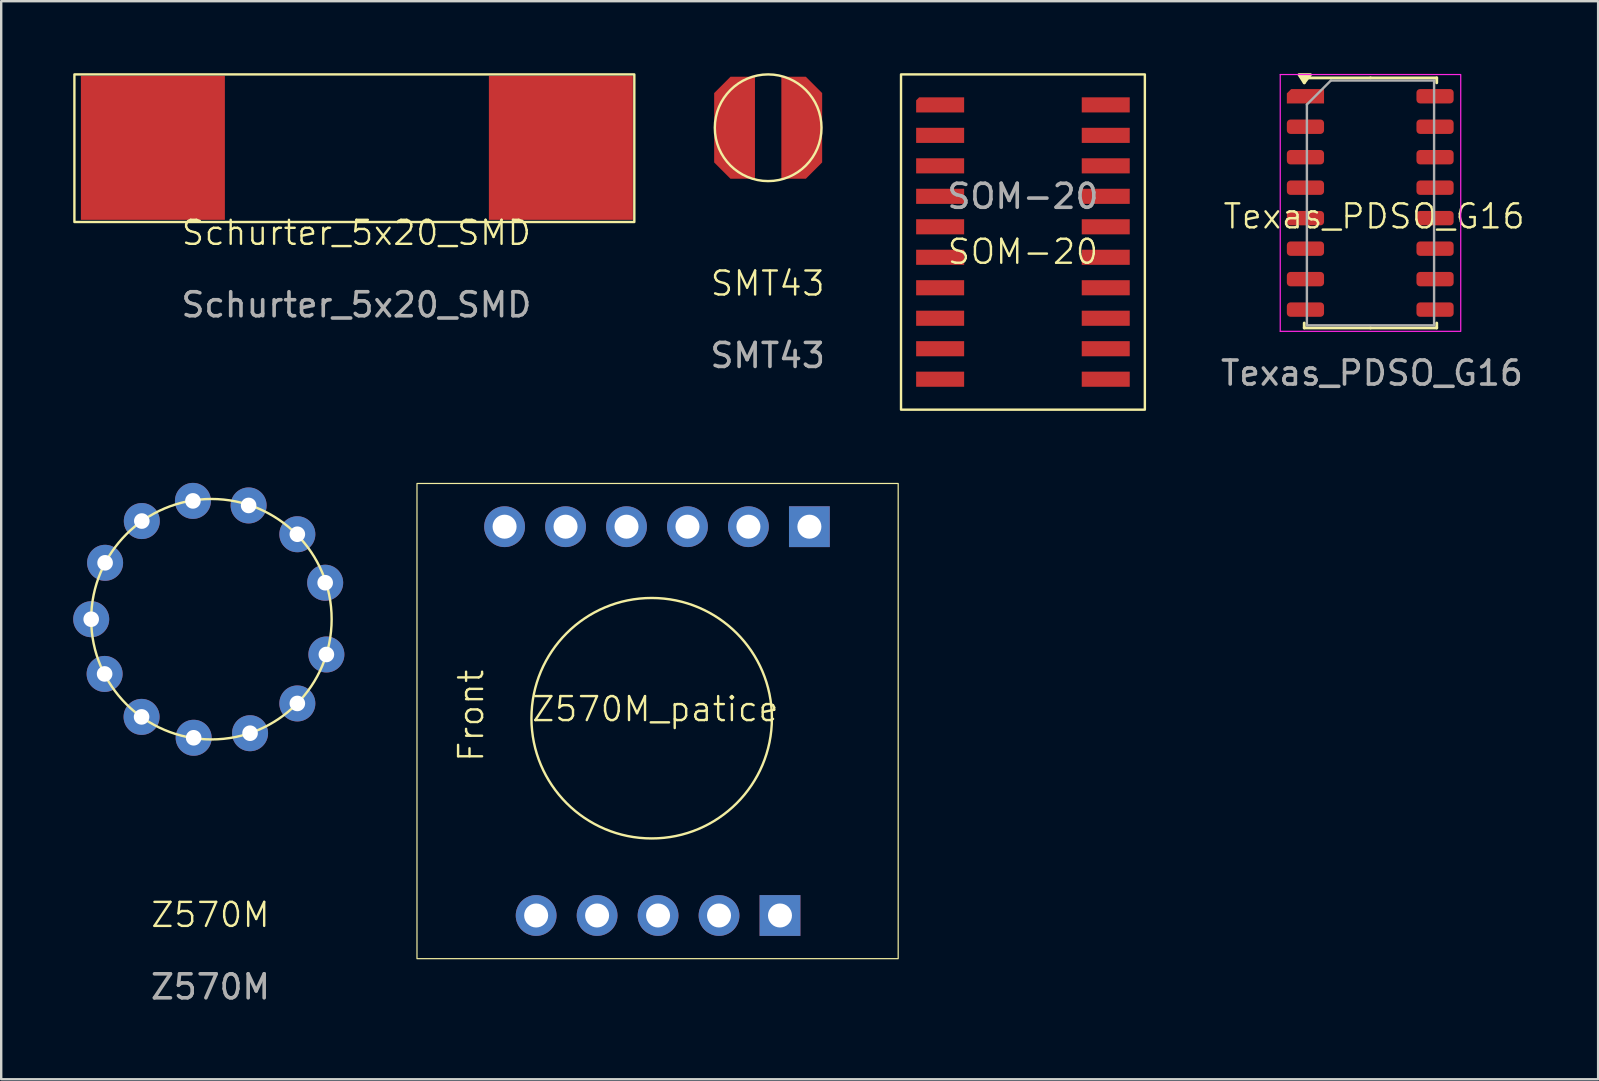
<source format=kicad_pcb>
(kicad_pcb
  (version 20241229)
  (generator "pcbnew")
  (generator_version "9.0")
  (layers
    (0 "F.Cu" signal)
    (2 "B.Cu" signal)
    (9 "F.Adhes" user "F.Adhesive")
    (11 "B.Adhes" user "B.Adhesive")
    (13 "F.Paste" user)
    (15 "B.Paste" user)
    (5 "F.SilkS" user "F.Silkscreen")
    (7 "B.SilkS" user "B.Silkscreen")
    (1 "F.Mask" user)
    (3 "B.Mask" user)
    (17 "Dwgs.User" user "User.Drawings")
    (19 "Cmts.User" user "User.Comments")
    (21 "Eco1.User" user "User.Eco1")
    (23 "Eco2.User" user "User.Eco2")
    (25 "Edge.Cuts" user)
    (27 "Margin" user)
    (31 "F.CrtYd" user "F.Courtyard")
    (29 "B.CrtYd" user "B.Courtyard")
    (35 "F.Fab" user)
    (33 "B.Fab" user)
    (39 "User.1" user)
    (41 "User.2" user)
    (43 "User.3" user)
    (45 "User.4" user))
  (footprint "Z570M"
    (layer "F.Cu")
    (at 5.759 22.75)
    (property "Reference" "Z570M" (at -0.04 12.32 0) (unlocked yes) (layer "F.SilkS") (effects (font (size 1 1) (thickness 0.1))))
    (attr through_hole)
    (fp_circle (center 0 0) (end 4.61 -1.96) (stroke (width 0.1) (type default)) (fill no) (layer "F.SilkS"))
    (fp_text user "${REFERENCE}" (at -0.04 15.32 0) (unlocked yes) (layer "F.Fab") (effects (font (size 1 1) (thickness 0.15))))
    (pad "1" thru_hole circle (at 4.74 -1.52) (size 1.5 1.5) (drill 0.65) (layers "*.Cu" "*.Mask"))
    (pad "2" thru_hole circle (at 3.58 -3.54) (size 1.5 1.5) (drill 0.65) (layers "*.Cu" "*.Mask"))
    (pad "3" thru_hole circle (at 1.55 -4.74) (size 1.5 1.5) (drill 0.65) (layers "*.Cu" "*.Mask"))
    (pad "4" thru_hole circle (at -0.77 -4.93) (size 1.5 1.5) (drill 0.65) (layers "*.Cu" "*.Mask"))
    (pad "5" thru_hole circle (at -2.9 -4.09) (size 1.5 1.5) (drill 0.65) (layers "*.Cu" "*.Mask"))
    (pad "6" thru_hole circle (at -4.43 -2.35) (size 1.5 1.5) (drill 0.65) (layers "*.Cu" "*.Mask"))
    (pad "7" thru_hole circle (at -5.009 0) (size 1.5 1.5) (drill 0.65) (layers "*.Cu" "*.Mask"))
    (pad "8" thru_hole circle (at -4.45 2.28) (size 1.5 1.5) (drill 0.65) (layers "*.Cu" "*.Mask"))
    (pad "9" thru_hole circle (at -2.91 4.07) (size 1.5 1.5) (drill 0.65) (layers "*.Cu" "*.Mask"))
    (pad "10" thru_hole circle (at -0.74 4.94) (size 1.5 1.5) (drill 0.65) (layers "*.Cu" "*.Mask"))
    (pad "11" thru_hole circle (at 1.61 4.75) (size 1.5 1.5) (drill 0.65) (layers "*.Cu" "*.Mask"))
    (pad "12" thru_hole circle (at 3.58 3.51) (size 1.5 1.5) (drill 0.65) (layers "*.Cu" "*.Mask"))
    (pad "13" thru_hole circle (at 4.79 1.47) (size 1.5 1.5) (drill 0.65) (layers "*.Cu" "*.Mask")))
  (footprint "Schurter_5x20_SMD"
    (layer "F.Cu")
    (at 11.82 3.11)
    (property "Reference" "Schurter_5x20_SMD" (at -0.02 3.54 0) (unlocked yes) (layer "F.SilkS") (effects (font (size 1 1) (thickness 0.1))))
    (attr smd)
    (fp_rect (start -11.77 -3.06) (end 11.56 3.09) (stroke (width 0.1) (type default)) (fill no) (layer "F.SilkS"))
    (fp_text user "${REFERENCE}" (at -0.02 6.54 0) (unlocked yes) (layer "F.Fab") (effects (font (size 1 1) (thickness 0.15))))
    (pad "1" smd rect (at 8.5 0) (size 6 6) (layers "F.Cu" "F.Mask" "F.Paste"))
    (pad "2" smd rect (at -8.5 0) (size 6 6) (layers "F.Cu" "F.Mask" "F.Paste")))
  (footprint "Z570M_patice"
    (layer "F.Cu")
    (at 24.344 26.895)
    (property "Reference" "Z570M_patice" (at -0.09 -0.4 0) (unlocked yes) (layer "F.SilkS") (effects (font (size 1 1) (thickness 0.1))))
    (attr through_hole)
    (fp_rect (start -10.02 -9.8) (end 10.03 10) (stroke (width 0.05) (type default)) (fill no) (layer "F.SilkS"))
    (fp_circle (center -0.241 -0.02) (end 4.369 -1.98) (stroke (width 0.1) (type default)) (fill no) (layer "F.SilkS"))
    (fp_text user "Front" (at -7.18 1.87 90) (unlocked yes) (layer "F.SilkS") (effects (font (size 1 1) (thickness 0.1)) (justify left bottom)))
    (pad "1" thru_hole rect (at 6.33 -8 270) (size 1.7 1.7) (drill 1) (layers "*.Cu" "*.Mask"))
    (pad "2" thru_hole oval (at 3.79 -8 270) (size 1.7 1.7) (drill 1) (layers "*.Cu" "*.Mask"))
    (pad "3" thru_hole oval (at 1.25 -8 270) (size 1.7 1.7) (drill 1) (layers "*.Cu" "*.Mask"))
    (pad "4" thru_hole oval (at -1.29 -8 270) (size 1.7 1.7) (drill 1) (layers "*.Cu" "*.Mask"))
    (pad "5" thru_hole oval (at -3.83 -8 270) (size 1.7 1.7) (drill 1) (layers "*.Cu" "*.Mask"))
    (pad "6" thru_hole oval (at -6.37 -8 270) (size 1.7 1.7) (drill 1) (layers "*.Cu" "*.Mask"))
    (pad "7" thru_hole oval (at -5.055 8.2 270) (size 1.7 1.7) (drill 1) (layers "*.Cu" "*.Mask"))
    (pad "8" thru_hole oval (at -2.515 8.2 270) (size 1.7 1.7) (drill 1) (layers "*.Cu" "*.Mask"))
    (pad "9" thru_hole oval (at 0.025 8.2 270) (size 1.7 1.7) (drill 1) (layers "*.Cu" "*.Mask"))
    (pad "10" thru_hole oval (at 2.565 8.2 270) (size 1.7 1.7) (drill 1) (layers "*.Cu" "*.Mask"))
    (pad "11" thru_hole rect (at 5.105 8.2 270) (size 1.7 1.7) (drill 1) (layers "*.Cu" "*.Mask")))
  (footprint "SMT43"
    (layer "F.Cu")
    (at 28.956 2.273)
    (property "Reference" "SMT43" (at -0.02 6.49 0) (unlocked yes) (layer "F.SilkS") (effects (font (size 1 1) (thickness 0.1))))
    (attr smd)
    (fp_circle (center 0 0) (end 2.22 0.11) (stroke (width 0.1) (type default)) (fill no) (layer "F.SilkS"))
    (fp_text user "${REFERENCE}" (at -0.02 9.49 0) (unlocked yes) (layer "F.Fab") (effects (font (size 1 1) (thickness 0.15))))
    (pad "1" smd roundrect (at -1.4 0) (size 1.7 4.25) (layers "F.Cu" "F.Mask" "F.Paste") (roundrect_rratio 0) (chamfer_ratio 0.4) (chamfer top_left bottom_left))
    (pad "2" smd roundrect (at 1.4 0) (size 1.7 4.25) (layers "F.Cu" "F.Mask" "F.Paste") (roundrect_rratio 0) (chamfer_ratio 0.4) (chamfer top_right bottom_right)))
  (footprint "Texas_PDSO_G16"
    (layer "F.Cu")
    (at 54.043 5.735)
    (property "Reference" "Texas_PDSO_G16" (at 0.16 0.23 0) (unlocked yes) (layer "F.SilkS") (effects (font (size 1 1) (thickness 0.1))))
    (attr smd)
    (fp_line (start -2.75 -5.54) (end -2.75 -5.335) (stroke (width 0.12) (type solid)) (layer "F.SilkS"))
    (fp_line (start -2.75 4.88) (end -2.75 4.675) (stroke (width 0.12) (type solid)) (layer "F.SilkS"))
    (fp_line (start 0.01 -5.54) (end -2.75 -5.54) (stroke (width 0.12) (type solid)) (layer "F.SilkS"))
    (fp_line (start 0.01 -5.54) (end 2.77 -5.54) (stroke (width 0.12) (type solid)) (layer "F.SilkS"))
    (fp_line (start 0.01 4.88) (end -2.75 4.88) (stroke (width 0.12) (type solid)) (layer "F.SilkS"))
    (fp_line (start 0.01 4.88) (end 2.77 4.88) (stroke (width 0.12) (type solid)) (layer "F.SilkS"))
    (fp_line (start 2.77 -5.54) (end 2.77 -5.335) (stroke (width 0.12) (type solid)) (layer "F.SilkS"))
    (fp_line (start 2.77 4.88) (end 2.77 4.675) (stroke (width 0.12) (type solid)) (layer "F.SilkS"))
    (fp_poly (pts (xy -2.75 -5.335) (xy -2.97 -5.675) (xy -2.49 -5.675) (xy -2.75 -5.335)) (stroke (width 0.12) (type solid)) (fill yes) (layer "F.SilkS"))
    (fp_line (start -3.75 -5.68) (end -3.75 5.02) (stroke (width 0.05) (type solid)) (layer "F.CrtYd"))
    (fp_line (start -3.75 5.02) (end 3.76 5.02) (stroke (width 0.05) (type solid)) (layer "F.CrtYd"))
    (fp_line (start 3.77 -5.68) (end -3.75 -5.68) (stroke (width 0.05) (type solid)) (layer "F.CrtYd"))
    (fp_line (start 3.77 5.02) (end 3.77 -5.65) (stroke (width 0.05) (type solid)) (layer "F.CrtYd"))
    (fp_line (start -2.64 -4.43) (end -1.64 -5.43) (stroke (width 0.1) (type solid)) (layer "F.Fab"))
    (fp_line (start -2.64 4.77) (end -2.64 -4.43) (stroke (width 0.1) (type solid)) (layer "F.Fab"))
    (fp_line (start -1.64 -5.43) (end 2.66 -5.43) (stroke (width 0.1) (type solid)) (layer "F.Fab"))
    (fp_line (start 2.66 -5.43) (end 2.66 4.77) (stroke (width 0.1) (type solid)) (layer "F.Fab"))
    (fp_line (start 2.66 4.77) (end -2.64 4.77) (stroke (width 0.1) (type solid)) (layer "F.Fab"))
    (fp_text user "${REFERENCE}" (at 0.07 6.76 0) (unlocked yes) (layer "F.Fab") (effects (font (size 1 1) (thickness 0.15))))
    (pad "1" smd roundrect (at -2.7 -4.775) (size 1.55 0.6) (layers "F.Cu" "F.Mask" "F.Paste") (roundrect_rratio 0) (chamfer_ratio 0.3) (chamfer top_left))
    (pad "2" smd roundrect (at -2.7 -3.505) (size 1.55 0.6) (layers "F.Cu" "F.Mask" "F.Paste") (roundrect_rratio 0.25))
    (pad "3" smd roundrect (at -2.7 -2.235) (size 1.55 0.6) (layers "F.Cu" "F.Mask" "F.Paste") (roundrect_rratio 0.25))
    (pad "4" smd roundrect (at -2.7 -0.965) (size 1.55 0.6) (layers "F.Cu" "F.Mask" "F.Paste") (roundrect_rratio 0.25))
    (pad "5" smd roundrect (at -2.7 0.305) (size 1.55 0.6) (layers "F.Cu" "F.Mask" "F.Paste") (roundrect_rratio 0.25))
    (pad "6" smd roundrect (at -2.7 1.575) (size 1.55 0.6) (layers "F.Cu" "F.Mask" "F.Paste") (roundrect_rratio 0.25))
    (pad "7" smd roundrect (at -2.7 2.845) (size 1.55 0.6) (layers "F.Cu" "F.Mask" "F.Paste") (roundrect_rratio 0.25))
    (pad "8" smd roundrect (at -2.7 4.115) (size 1.55 0.6) (layers "F.Cu" "F.Mask" "F.Paste") (roundrect_rratio 0.25))
    (pad "9" smd roundrect (at 2.7 4.115) (size 1.55 0.6) (layers "F.Cu" "F.Mask" "F.Paste") (roundrect_rratio 0.25))
    (pad "10" smd roundrect (at 2.7 2.845) (size 1.55 0.6) (layers "F.Cu" "F.Mask" "F.Paste") (roundrect_rratio 0.25))
    (pad "11" smd roundrect (at 2.7 1.575) (size 1.55 0.6) (layers "F.Cu" "F.Mask" "F.Paste") (roundrect_rratio 0.25))
    (pad "12" smd roundrect (at 2.7 0.305) (size 1.55 0.6) (layers "F.Cu" "F.Mask" "F.Paste") (roundrect_rratio 0.25))
    (pad "13" smd roundrect (at 2.7 -0.965) (size 1.55 0.6) (layers "F.Cu" "F.Mask" "F.Paste") (roundrect_rratio 0.25))
    (pad "14" smd roundrect (at 2.7 -2.235) (size 1.55 0.6) (layers "F.Cu" "F.Mask" "F.Paste") (roundrect_rratio 0.25))
    (pad "15" smd roundrect (at 2.7 -3.505) (size 1.55 0.6) (layers "F.Cu" "F.Mask" "F.Paste") (roundrect_rratio 0.25))
    (pad "16" smd roundrect (at 2.7 -4.775) (size 1.55 0.6) (layers "F.Cu" "F.Mask" "F.Paste") (roundrect_rratio 0.25)))
  (footprint "SOM-20"
    (layer "F.Cu")
    (at 39.572 7.67)
    (property "Reference" "SOM-20" (at 0 -0.23 0) (unlocked yes) (layer "F.SilkS") (effects (font (size 1 1) (thickness 0.1))))
    (attr smd)
    (fp_rect (start -5.08 -7.62) (end 5.08 6.35) (stroke (width 0.1) (type default)) (fill no) (layer "F.SilkS"))
    (fp_text user "${REFERENCE}" (at 0 -2.54 0) (unlocked yes) (layer "F.Fab") (effects (font (size 1 1) (thickness 0.15))))
    (pad "1" smd roundrect (at -3.45 -6.35) (size 2 0.63) (layers "F.Cu" "F.Mask" "F.Paste") (roundrect_rratio 0) (chamfer_ratio 0.2) (chamfer top_left))
    (pad "2" smd rect (at -3.45 -5.08) (size 2 0.63) (layers "F.Cu" "F.Mask" "F.Paste"))
    (pad "3" smd rect (at -3.45 -3.81) (size 2 0.63) (layers "F.Cu" "F.Mask" "F.Paste"))
    (pad "4" smd rect (at -3.45 -2.54) (size 2 0.63) (layers "F.Cu" "F.Mask" "F.Paste"))
    (pad "5" smd rect (at -3.45 -1.27) (size 2 0.63) (layers "F.Cu" "F.Mask" "F.Paste"))
    (pad "6" smd rect (at -3.45 0) (size 2 0.63) (layers "F.Cu" "F.Mask" "F.Paste"))
    (pad "7" smd rect (at -3.45 1.27) (size 2 0.63) (layers "F.Cu" "F.Mask" "F.Paste"))
    (pad "8" smd rect (at -3.45 2.54) (size 2 0.63) (layers "F.Cu" "F.Mask" "F.Paste"))
    (pad "9" smd rect (at -3.45 3.81) (size 2 0.63) (layers "F.Cu" "F.Mask" "F.Paste"))
    (pad "10" smd rect (at -3.45 5.08) (size 2 0.63) (layers "F.Cu" "F.Mask" "F.Paste"))
    (pad "11" smd rect (at 3.45 5.08) (size 2 0.63) (layers "F.Cu" "F.Mask" "F.Paste"))
    (pad "12" smd rect (at 3.45 3.81) (size 2 0.63) (layers "F.Cu" "F.Mask" "F.Paste"))
    (pad "13" smd rect (at 3.45 2.54) (size 2 0.63) (layers "F.Cu" "F.Mask" "F.Paste"))
    (pad "14" smd rect (at 3.45 1.27) (size 2 0.63) (layers "F.Cu" "F.Mask" "F.Paste"))
    (pad "15" smd rect (at 3.45 0) (size 2 0.63) (layers "F.Cu" "F.Mask" "F.Paste"))
    (pad "16" smd rect (at 3.45 -1.27) (size 2 0.63) (layers "F.Cu" "F.Mask" "F.Paste"))
    (pad "17" smd rect (at 3.45 -2.54) (size 2 0.63) (layers "F.Cu" "F.Mask" "F.Paste"))
    (pad "18" smd rect (at 3.45 -3.81) (size 2 0.63) (layers "F.Cu" "F.Mask" "F.Paste"))
    (pad "19" smd rect (at 3.45 -5.08) (size 2 0.63) (layers "F.Cu" "F.Mask" "F.Paste"))
    (pad "20" smd rect (at 3.45 -6.35) (size 2 0.63) (layers "F.Cu" "F.Mask" "F.Paste")))
  (gr_rect
    (start -3 -3)
    (end 63.538 41.918)
    (stroke (width 0.1) (type default))
    (fill no)
    (layer "Edge.Cuts")))
</source>
